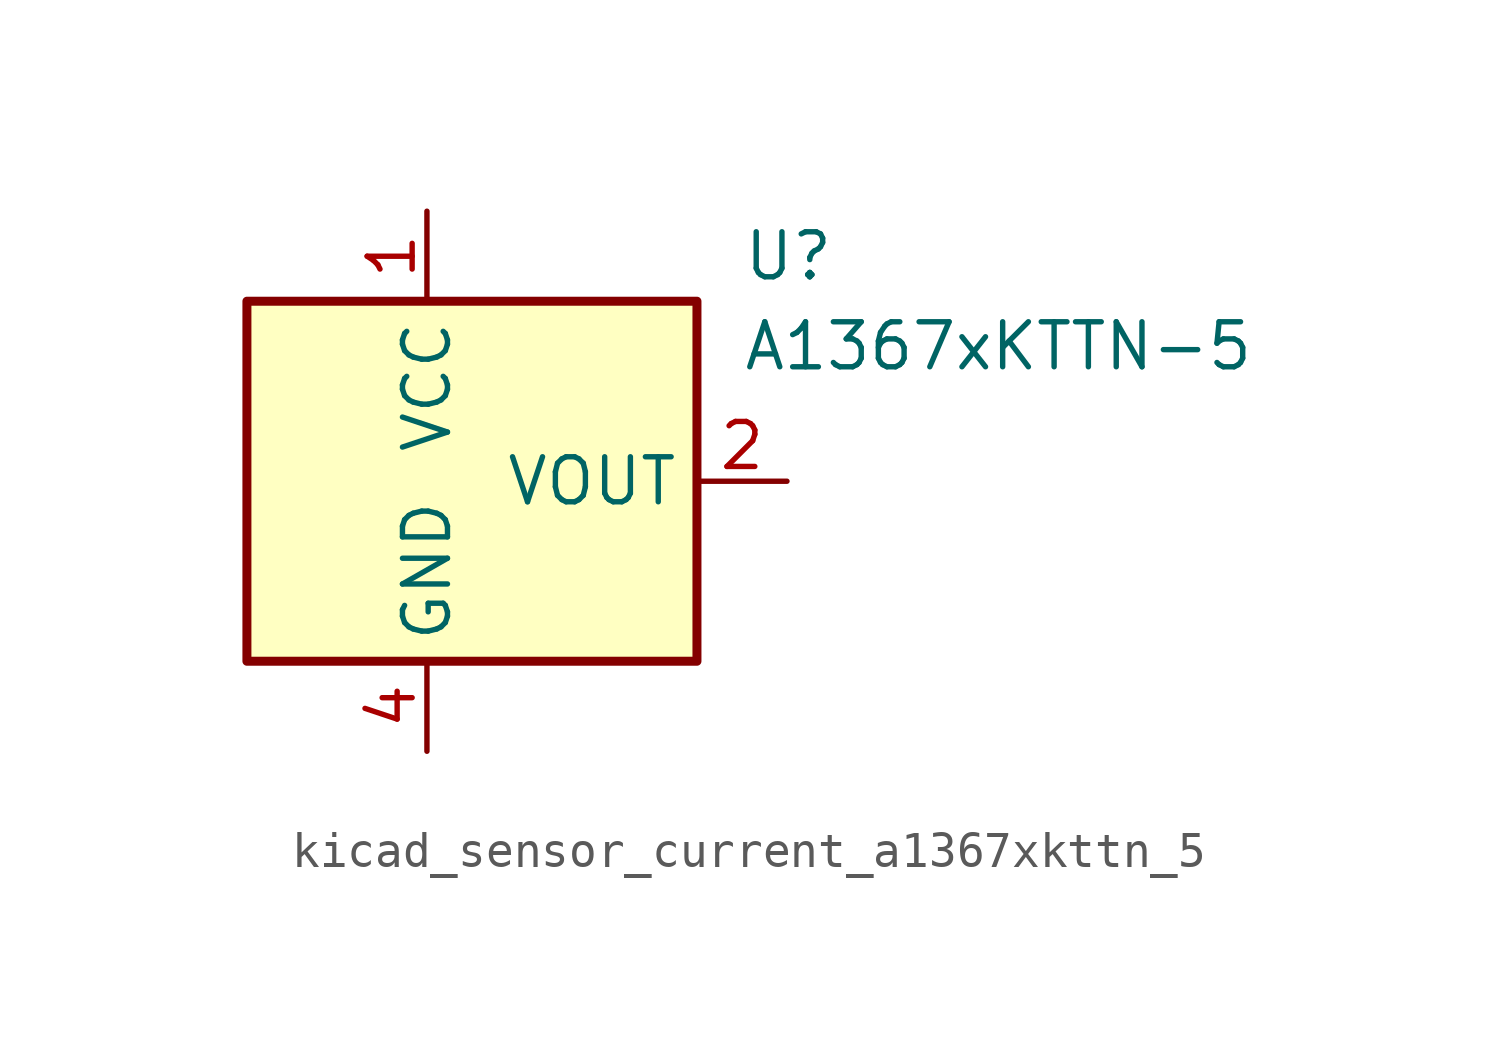
<source format=kicad_sym>
(kicad_symbol_lib
  (version 20220914)
  (generator kicad_symbol_editor)
  (symbol "kicad_sensor_current_a1367xkttn_5"
    (property "Reference" "U"
      (at 8.89 6.35 0)
      (effects (font (size 1.27 1.27)) (justify left)))
    (property "Value" "A1367xKTTN-5"
      (at 8.89 3.81 0)
      (effects (font (size 1.27 1.27)) (justify left)))
    (symbol "kicad_sensor_current_a1367xkttn_5_0_1"
      (rectangle (start -5.08 5.08) (end 7.62 -5.08) (stroke (width 0.254) (type default)) (fill (type background))))
    (symbol "kicad_sensor_current_a1367xkttn_5_1_1"
      (pin power_in line (at 0 7.62 270) (length 2.54) (name "VCC" (effects (font (size 1.27 1.27)))) (number "1" (effects (font (size 1.27 1.27)))))
      (pin output line (at 10.16 0 180) (length 2.54) (name "VOUT" (effects (font (size 1.27 1.27)))) (number "2" (effects (font (size 1.27 1.27)))))
      (pin no_connect line (at 7.62 -2.54 180) (length 2.54) hide (name "NC" (effects (font (size 1.27 1.27)))) (number "3" (effects (font (size 1.27 1.27)))))
      (pin power_in line (at 0 -7.62 90) (length 2.54) (name "GND" (effects (font (size 1.27 1.27)))) (number "4" (effects (font (size 1.27 1.27))))))))
</source>
